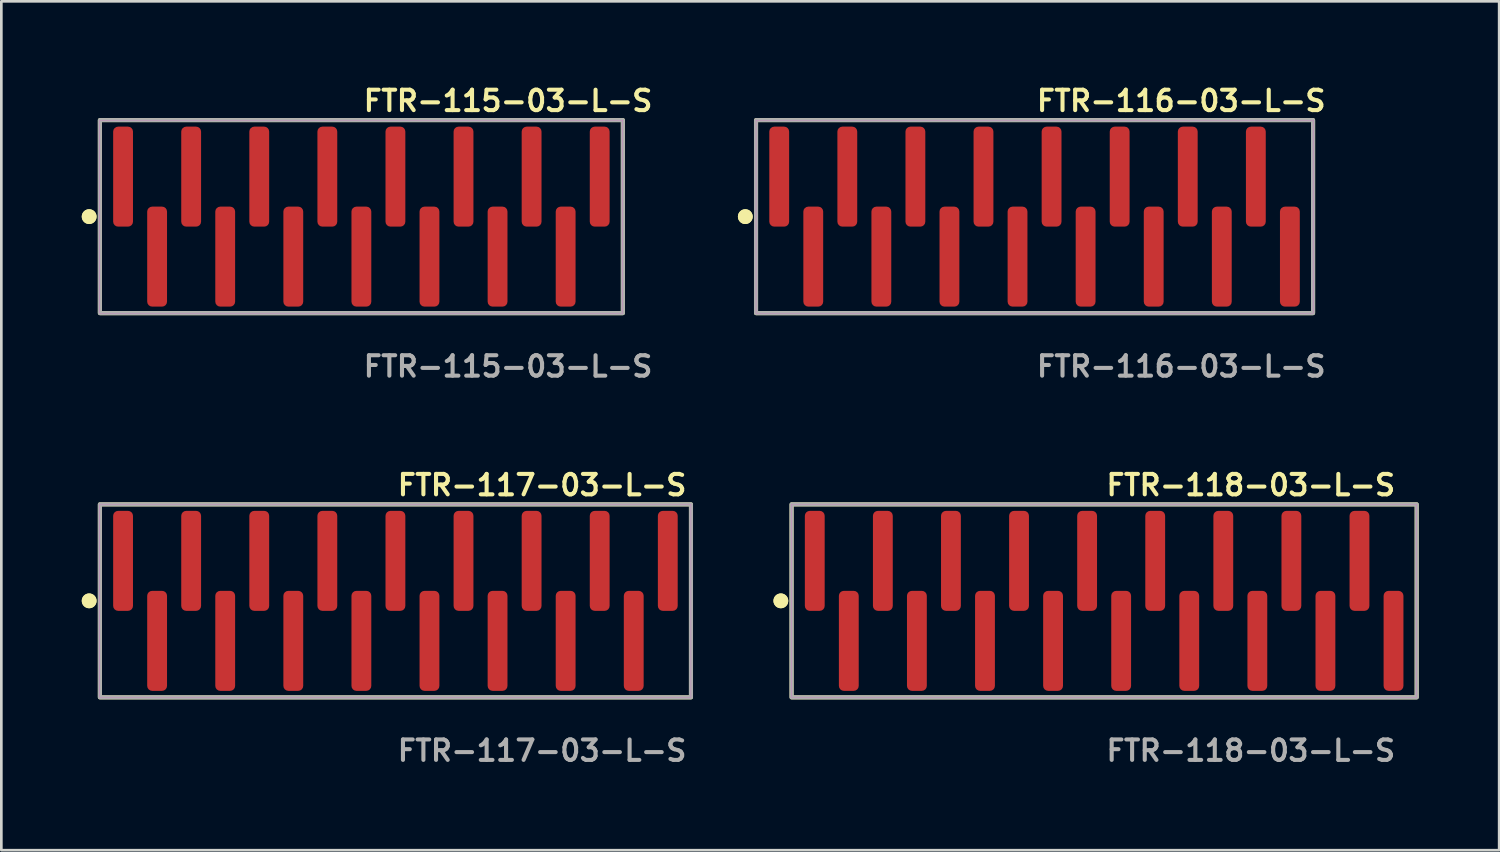
<source format=kicad_pcb>
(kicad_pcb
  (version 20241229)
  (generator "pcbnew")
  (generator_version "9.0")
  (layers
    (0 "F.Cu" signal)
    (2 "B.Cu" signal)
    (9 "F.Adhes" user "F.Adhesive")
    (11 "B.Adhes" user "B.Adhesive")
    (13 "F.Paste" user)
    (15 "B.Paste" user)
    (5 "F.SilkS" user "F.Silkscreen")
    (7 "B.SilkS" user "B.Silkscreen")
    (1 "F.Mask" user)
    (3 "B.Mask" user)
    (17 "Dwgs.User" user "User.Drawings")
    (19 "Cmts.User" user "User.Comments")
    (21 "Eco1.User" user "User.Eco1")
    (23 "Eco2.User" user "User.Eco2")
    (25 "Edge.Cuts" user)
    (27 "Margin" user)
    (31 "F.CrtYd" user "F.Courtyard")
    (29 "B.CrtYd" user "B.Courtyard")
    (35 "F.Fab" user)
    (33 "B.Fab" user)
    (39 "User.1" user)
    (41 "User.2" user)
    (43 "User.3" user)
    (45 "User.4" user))
  (footprint "FTR-118-03-L-S"
    (layer "F.Cu")
    (at 38.139 19.364)
    (property "Reference" "FTR-118-03-L-S" (at 0 -4.318 0) (unlocked yes) (layer "F.SilkS") (effects (font (size 0.762 0.762) (thickness 0.152)) (justify left)))
    (fp_rect (start -11.66 3.6) (end 11.66 -3.6) (stroke (width 0.152) (type solid)) (fill no) (layer "F.SilkS"))
    (fp_circle (center -12.06 0) (end -12.26 0) (stroke (width 0.152) (type solid)) (fill yes) (layer "F.SilkS"))
    (fp_circle (center -12.06 0) (end -12.26 0) (stroke (width 0.152) (type solid)) (fill yes) (layer "F.SilkS"))
    (fp_rect (start -11.66 3.6) (end 11.66 -3.6) (stroke (width 0.006) (type solid)) (fill no) (layer "F.CrtYd"))
    (fp_rect (start -11.66 3.6) (end 11.66 -3.6) (stroke (width 0.152) (type solid)) (fill no) (layer "F.Fab"))
    (fp_text user "${REFERENCE}" (at 0 5.588 0) (unlocked yes) (layer "F.Fab") (effects (font (size 0.762 0.762) (thickness 0.152)) (justify left)))
    (pad "1" smd roundrect (at -10.795 -1.492) (size 0.74 3.73) (layers "F.Cu" "F.Paste") (roundrect_rratio 0.25))
    (pad "2" smd roundrect (at -9.525 1.492) (size 0.74 3.73) (layers "F.Cu" "F.Paste") (roundrect_rratio 0.25))
    (pad "3" smd roundrect (at -8.255 -1.492) (size 0.74 3.73) (layers "F.Cu" "F.Paste") (roundrect_rratio 0.25))
    (pad "4" smd roundrect (at -6.985 1.492) (size 0.74 3.73) (layers "F.Cu" "F.Paste") (roundrect_rratio 0.25))
    (pad "5" smd roundrect (at -5.715 -1.492) (size 0.74 3.73) (layers "F.Cu" "F.Paste") (roundrect_rratio 0.25))
    (pad "6" smd roundrect (at -4.445 1.492) (size 0.74 3.73) (layers "F.Cu" "F.Paste") (roundrect_rratio 0.25))
    (pad "7" smd roundrect (at -3.175 -1.492) (size 0.74 3.73) (layers "F.Cu" "F.Paste") (roundrect_rratio 0.25))
    (pad "8" smd roundrect (at -1.905 1.492) (size 0.74 3.73) (layers "F.Cu" "F.Paste") (roundrect_rratio 0.25))
    (pad "9" smd roundrect (at -0.635 -1.492) (size 0.74 3.73) (layers "F.Cu" "F.Paste") (roundrect_rratio 0.25))
    (pad "10" smd roundrect (at 0.635 1.492) (size 0.74 3.73) (layers "F.Cu" "F.Paste") (roundrect_rratio 0.25))
    (pad "11" smd roundrect (at 1.905 -1.492) (size 0.74 3.73) (layers "F.Cu" "F.Paste") (roundrect_rratio 0.25))
    (pad "12" smd roundrect (at 3.175 1.492) (size 0.74 3.73) (layers "F.Cu" "F.Paste") (roundrect_rratio 0.25))
    (pad "13" smd roundrect (at 4.445 -1.492) (size 0.74 3.73) (layers "F.Cu" "F.Paste") (roundrect_rratio 0.25))
    (pad "14" smd roundrect (at 5.715 1.492) (size 0.74 3.73) (layers "F.Cu" "F.Paste") (roundrect_rratio 0.25))
    (pad "15" smd roundrect (at 6.985 -1.492) (size 0.74 3.73) (layers "F.Cu" "F.Paste") (roundrect_rratio 0.25))
    (pad "16" smd roundrect (at 8.255 1.492) (size 0.74 3.73) (layers "F.Cu" "F.Paste") (roundrect_rratio 0.25))
    (pad "17" smd roundrect (at 9.525 -1.492) (size 0.74 3.73) (layers "F.Cu" "F.Paste") (roundrect_rratio 0.25))
    (pad "18" smd roundrect (at 10.795 1.492) (size 0.74 3.73) (layers "F.Cu" "F.Paste") (roundrect_rratio 0.25)))
  (footprint "FTR-116-03-L-S"
    (layer "F.Cu")
    (at 35.543 5.031)
    (property "Reference" "FTR-116-03-L-S" (at 0 -4.318 0) (unlocked yes) (layer "F.SilkS") (effects (font (size 0.762 0.762) (thickness 0.152)) (justify left)))
    (fp_rect (start -10.39 3.6) (end 10.39 -3.6) (stroke (width 0.152) (type solid)) (fill no) (layer "F.SilkS"))
    (fp_circle (center -10.79 0) (end -10.99 0) (stroke (width 0.152) (type solid)) (fill yes) (layer "F.SilkS"))
    (fp_circle (center -10.79 0) (end -10.99 0) (stroke (width 0.152) (type solid)) (fill yes) (layer "F.SilkS"))
    (fp_rect (start -10.39 3.6) (end 10.39 -3.6) (stroke (width 0.006) (type solid)) (fill no) (layer "F.CrtYd"))
    (fp_rect (start -10.39 3.6) (end 10.39 -3.6) (stroke (width 0.152) (type solid)) (fill no) (layer "F.Fab"))
    (fp_text user "${REFERENCE}" (at 0 5.588 0) (unlocked yes) (layer "F.Fab") (effects (font (size 0.762 0.762) (thickness 0.152)) (justify left)))
    (pad "1" smd roundrect (at -9.525 -1.492) (size 0.74 3.73) (layers "F.Cu" "F.Paste") (roundrect_rratio 0.25))
    (pad "2" smd roundrect (at -8.255 1.492) (size 0.74 3.73) (layers "F.Cu" "F.Paste") (roundrect_rratio 0.25))
    (pad "3" smd roundrect (at -6.985 -1.492) (size 0.74 3.73) (layers "F.Cu" "F.Paste") (roundrect_rratio 0.25))
    (pad "4" smd roundrect (at -5.715 1.492) (size 0.74 3.73) (layers "F.Cu" "F.Paste") (roundrect_rratio 0.25))
    (pad "5" smd roundrect (at -4.445 -1.492) (size 0.74 3.73) (layers "F.Cu" "F.Paste") (roundrect_rratio 0.25))
    (pad "6" smd roundrect (at -3.175 1.492) (size 0.74 3.73) (layers "F.Cu" "F.Paste") (roundrect_rratio 0.25))
    (pad "7" smd roundrect (at -1.905 -1.492) (size 0.74 3.73) (layers "F.Cu" "F.Paste") (roundrect_rratio 0.25))
    (pad "8" smd roundrect (at -0.635 1.492) (size 0.74 3.73) (layers "F.Cu" "F.Paste") (roundrect_rratio 0.25))
    (pad "9" smd roundrect (at 0.635 -1.492) (size 0.74 3.73) (layers "F.Cu" "F.Paste") (roundrect_rratio 0.25))
    (pad "10" smd roundrect (at 1.905 1.492) (size 0.74 3.73) (layers "F.Cu" "F.Paste") (roundrect_rratio 0.25))
    (pad "11" smd roundrect (at 3.175 -1.492) (size 0.74 3.73) (layers "F.Cu" "F.Paste") (roundrect_rratio 0.25))
    (pad "12" smd roundrect (at 4.445 1.492) (size 0.74 3.73) (layers "F.Cu" "F.Paste") (roundrect_rratio 0.25))
    (pad "13" smd roundrect (at 5.715 -1.492) (size 0.74 3.73) (layers "F.Cu" "F.Paste") (roundrect_rratio 0.25))
    (pad "14" smd roundrect (at 6.985 1.492) (size 0.74 3.73) (layers "F.Cu" "F.Paste") (roundrect_rratio 0.25))
    (pad "15" smd roundrect (at 8.255 -1.492) (size 0.74 3.73) (layers "F.Cu" "F.Paste") (roundrect_rratio 0.25))
    (pad "16" smd roundrect (at 9.525 1.492) (size 0.74 3.73) (layers "F.Cu" "F.Paste") (roundrect_rratio 0.25)))
  (footprint "FTR-117-03-L-S"
    (layer "F.Cu")
    (at 11.701 19.364)
    (property "Reference" "FTR-117-03-L-S" (at 0 -4.318 0) (unlocked yes) (layer "F.SilkS") (effects (font (size 0.762 0.762) (thickness 0.152)) (justify left)))
    (fp_rect (start -11.025 3.6) (end 11.025 -3.6) (stroke (width 0.152) (type solid)) (fill no) (layer "F.SilkS"))
    (fp_circle (center -11.425 0) (end -11.625 0) (stroke (width 0.152) (type solid)) (fill yes) (layer "F.SilkS"))
    (fp_circle (center -11.425 0) (end -11.625 0) (stroke (width 0.152) (type solid)) (fill yes) (layer "F.SilkS"))
    (fp_rect (start -11.025 3.6) (end 11.025 -3.6) (stroke (width 0.006) (type solid)) (fill no) (layer "F.CrtYd"))
    (fp_rect (start -11.025 3.6) (end 11.025 -3.6) (stroke (width 0.152) (type solid)) (fill no) (layer "F.Fab"))
    (fp_text user "${REFERENCE}" (at 0 5.588 0) (unlocked yes) (layer "F.Fab") (effects (font (size 0.762 0.762) (thickness 0.152)) (justify left)))
    (pad "1" smd roundrect (at -10.16 -1.492) (size 0.74 3.73) (layers "F.Cu" "F.Paste") (roundrect_rratio 0.25))
    (pad "2" smd roundrect (at -8.89 1.492) (size 0.74 3.73) (layers "F.Cu" "F.Paste") (roundrect_rratio 0.25))
    (pad "3" smd roundrect (at -7.62 -1.492) (size 0.74 3.73) (layers "F.Cu" "F.Paste") (roundrect_rratio 0.25))
    (pad "4" smd roundrect (at -6.35 1.492) (size 0.74 3.73) (layers "F.Cu" "F.Paste") (roundrect_rratio 0.25))
    (pad "5" smd roundrect (at -5.08 -1.492) (size 0.74 3.73) (layers "F.Cu" "F.Paste") (roundrect_rratio 0.25))
    (pad "6" smd roundrect (at -3.81 1.492) (size 0.74 3.73) (layers "F.Cu" "F.Paste") (roundrect_rratio 0.25))
    (pad "7" smd roundrect (at -2.54 -1.492) (size 0.74 3.73) (layers "F.Cu" "F.Paste") (roundrect_rratio 0.25))
    (pad "8" smd roundrect (at -1.27 1.492) (size 0.74 3.73) (layers "F.Cu" "F.Paste") (roundrect_rratio 0.25))
    (pad "9" smd roundrect (at 0 -1.492) (size 0.74 3.73) (layers "F.Cu" "F.Paste") (roundrect_rratio 0.25))
    (pad "10" smd roundrect (at 1.27 1.492) (size 0.74 3.73) (layers "F.Cu" "F.Paste") (roundrect_rratio 0.25))
    (pad "11" smd roundrect (at 2.54 -1.492) (size 0.74 3.73) (layers "F.Cu" "F.Paste") (roundrect_rratio 0.25))
    (pad "12" smd roundrect (at 3.81 1.492) (size 0.74 3.73) (layers "F.Cu" "F.Paste") (roundrect_rratio 0.25))
    (pad "13" smd roundrect (at 5.08 -1.492) (size 0.74 3.73) (layers "F.Cu" "F.Paste") (roundrect_rratio 0.25))
    (pad "14" smd roundrect (at 6.35 1.492) (size 0.74 3.73) (layers "F.Cu" "F.Paste") (roundrect_rratio 0.25))
    (pad "15" smd roundrect (at 7.62 -1.492) (size 0.74 3.73) (layers "F.Cu" "F.Paste") (roundrect_rratio 0.25))
    (pad "16" smd roundrect (at 8.89 1.492) (size 0.74 3.73) (layers "F.Cu" "F.Paste") (roundrect_rratio 0.25))
    (pad "17" smd roundrect (at 10.16 -1.492) (size 0.74 3.73) (layers "F.Cu" "F.Paste") (roundrect_rratio 0.25)))
  (footprint "FTR-115-03-L-S"
    (layer "F.Cu")
    (at 10.431 5.031)
    (property "Reference" "FTR-115-03-L-S" (at 0 -4.318 0) (unlocked yes) (layer "F.SilkS") (effects (font (size 0.762 0.762) (thickness 0.152)) (justify left)))
    (fp_rect (start -9.755 3.6) (end 9.755 -3.6) (stroke (width 0.152) (type solid)) (fill no) (layer "F.SilkS"))
    (fp_circle (center -10.155 0) (end -10.355 0) (stroke (width 0.152) (type solid)) (fill yes) (layer "F.SilkS"))
    (fp_circle (center -10.155 0) (end -10.355 0) (stroke (width 0.152) (type solid)) (fill yes) (layer "F.SilkS"))
    (fp_rect (start -9.755 3.6) (end 9.755 -3.6) (stroke (width 0.006) (type solid)) (fill no) (layer "F.CrtYd"))
    (fp_rect (start -9.755 3.6) (end 9.755 -3.6) (stroke (width 0.152) (type solid)) (fill no) (layer "F.Fab"))
    (fp_text user "${REFERENCE}" (at 0 5.588 0) (unlocked yes) (layer "F.Fab") (effects (font (size 0.762 0.762) (thickness 0.152)) (justify left)))
    (pad "1" smd roundrect (at -8.89 -1.492) (size 0.74 3.73) (layers "F.Cu" "F.Paste") (roundrect_rratio 0.25))
    (pad "2" smd roundrect (at -7.62 1.492) (size 0.74 3.73) (layers "F.Cu" "F.Paste") (roundrect_rratio 0.25))
    (pad "3" smd roundrect (at -6.35 -1.492) (size 0.74 3.73) (layers "F.Cu" "F.Paste") (roundrect_rratio 0.25))
    (pad "4" smd roundrect (at -5.08 1.492) (size 0.74 3.73) (layers "F.Cu" "F.Paste") (roundrect_rratio 0.25))
    (pad "5" smd roundrect (at -3.81 -1.492) (size 0.74 3.73) (layers "F.Cu" "F.Paste") (roundrect_rratio 0.25))
    (pad "6" smd roundrect (at -2.54 1.492) (size 0.74 3.73) (layers "F.Cu" "F.Paste") (roundrect_rratio 0.25))
    (pad "7" smd roundrect (at -1.27 -1.492) (size 0.74 3.73) (layers "F.Cu" "F.Paste") (roundrect_rratio 0.25))
    (pad "8" smd roundrect (at 0 1.492) (size 0.74 3.73) (layers "F.Cu" "F.Paste") (roundrect_rratio 0.25))
    (pad "9" smd roundrect (at 1.27 -1.492) (size 0.74 3.73) (layers "F.Cu" "F.Paste") (roundrect_rratio 0.25))
    (pad "10" smd roundrect (at 2.54 1.492) (size 0.74 3.73) (layers "F.Cu" "F.Paste") (roundrect_rratio 0.25))
    (pad "11" smd roundrect (at 3.81 -1.492) (size 0.74 3.73) (layers "F.Cu" "F.Paste") (roundrect_rratio 0.25))
    (pad "12" smd roundrect (at 5.08 1.492) (size 0.74 3.73) (layers "F.Cu" "F.Paste") (roundrect_rratio 0.25))
    (pad "13" smd roundrect (at 6.35 -1.492) (size 0.74 3.73) (layers "F.Cu" "F.Paste") (roundrect_rratio 0.25))
    (pad "14" smd roundrect (at 7.62 1.492) (size 0.74 3.73) (layers "F.Cu" "F.Paste") (roundrect_rratio 0.25))
    (pad "15" smd roundrect (at 8.89 -1.492) (size 0.74 3.73) (layers "F.Cu" "F.Paste") (roundrect_rratio 0.25)))
  (gr_rect
    (start -3 -3)
    (end 52.875 28.665)
    (stroke (width 0.1) (type default))
    (fill no)
    (layer "Edge.Cuts")))
</source>
